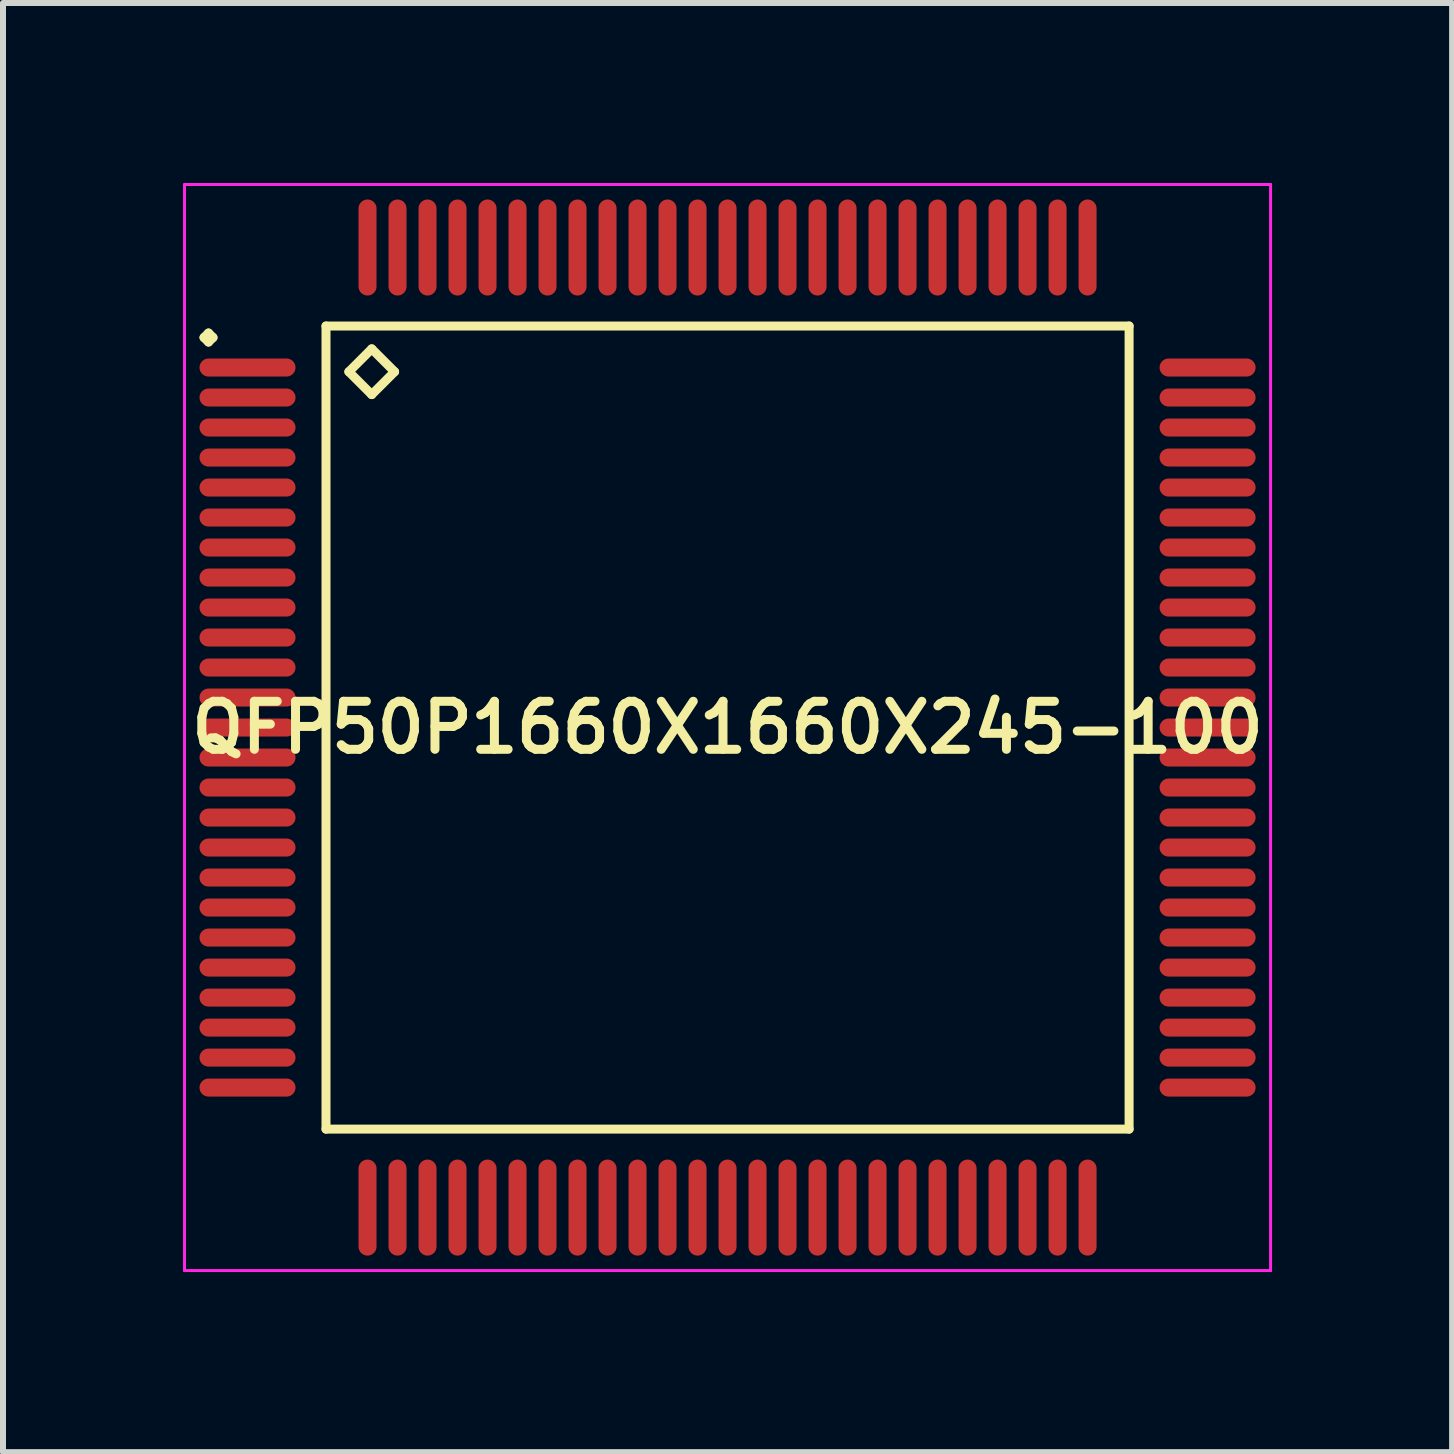
<source format=kicad_pcb>
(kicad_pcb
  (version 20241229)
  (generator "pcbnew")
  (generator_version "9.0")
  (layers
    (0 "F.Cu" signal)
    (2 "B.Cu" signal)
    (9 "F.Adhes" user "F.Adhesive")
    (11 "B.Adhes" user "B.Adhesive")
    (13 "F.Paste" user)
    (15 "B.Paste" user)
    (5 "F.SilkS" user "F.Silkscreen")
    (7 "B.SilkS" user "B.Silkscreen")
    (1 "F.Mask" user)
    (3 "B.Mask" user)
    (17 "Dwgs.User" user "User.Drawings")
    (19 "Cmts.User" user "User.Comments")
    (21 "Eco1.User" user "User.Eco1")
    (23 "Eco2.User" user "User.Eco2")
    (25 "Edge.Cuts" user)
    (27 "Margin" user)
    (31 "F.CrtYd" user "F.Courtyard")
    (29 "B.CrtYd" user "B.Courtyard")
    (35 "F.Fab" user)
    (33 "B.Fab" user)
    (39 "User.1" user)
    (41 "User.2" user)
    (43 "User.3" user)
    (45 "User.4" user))
  (footprint "QFP50P1660X1660X245-100"
    (layer "F.Cu")
    (at 9.075 9.075)
    (property "Reference" "QFP50P1660X1660X245-100" (at 0 0 0) (layer "F.SilkS") (effects (font (size 0.8 0.8) (thickness 0.15))))
    (attr smd)
    (fp_line (start -8.725 -6.5) (end -8.65 -6.575) (stroke (width 0.15) (type solid)) (layer "F.SilkS"))
    (fp_line (start -8.65 -6.575) (end -8.575 -6.5) (stroke (width 0.15) (type solid)) (layer "F.SilkS"))
    (fp_line (start -8.65 -6.425) (end -8.725 -6.5) (stroke (width 0.15) (type solid)) (layer "F.SilkS"))
    (fp_line (start -8.575 -6.5) (end -8.65 -6.425) (stroke (width 0.15) (type solid)) (layer "F.SilkS"))
    (fp_line (start -6.692 -6.692) (end -6.692 6.692) (stroke (width 0.15) (type solid)) (layer "F.SilkS"))
    (fp_line (start -6.692 6.692) (end 6.692 6.692) (stroke (width 0.15) (type solid)) (layer "F.SilkS"))
    (fp_line (start -6.311 -5.93) (end -5.93 -6.311) (stroke (width 0.15) (type solid)) (layer "F.SilkS"))
    (fp_line (start -5.93 -6.311) (end -5.549 -5.93) (stroke (width 0.15) (type solid)) (layer "F.SilkS"))
    (fp_line (start -5.93 -5.549) (end -6.311 -5.93) (stroke (width 0.15) (type solid)) (layer "F.SilkS"))
    (fp_line (start -5.549 -5.93) (end -5.93 -5.549) (stroke (width 0.15) (type solid)) (layer "F.SilkS"))
    (fp_line (start 6.692 -6.692) (end -6.692 -6.692) (stroke (width 0.15) (type solid)) (layer "F.SilkS"))
    (fp_line (start 6.692 6.692) (end 6.692 -6.692) (stroke (width 0.15) (type solid)) (layer "F.SilkS"))
    (fp_line (start -9.05 -9.05) (end 9.05 -9.05) (stroke (width 0.05) (type solid)) (layer "F.CrtYd"))
    (fp_line (start -9.05 9.05) (end -9.05 -9.05) (stroke (width 0.05) (type solid)) (layer "F.CrtYd"))
    (fp_line (start 9.05 -9.05) (end 9.05 9.05) (stroke (width 0.05) (type solid)) (layer "F.CrtYd"))
    (fp_line (start 9.05 9.05) (end -9.05 9.05) (stroke (width 0.05) (type solid)) (layer "F.CrtYd"))
    (pad "1" smd oval (at -8 -6) (size 1.6 0.3) (layers "F.Cu" "F.Mask" "F.Paste"))
    (pad "2" smd oval (at -8 -5.5) (size 1.6 0.3) (layers "F.Cu" "F.Mask" "F.Paste"))
    (pad "3" smd oval (at -8 -5) (size 1.6 0.3) (layers "F.Cu" "F.Mask" "F.Paste"))
    (pad "4" smd oval (at -8 -4.5) (size 1.6 0.3) (layers "F.Cu" "F.Mask" "F.Paste"))
    (pad "5" smd oval (at -8 -4) (size 1.6 0.3) (layers "F.Cu" "F.Mask" "F.Paste"))
    (pad "6" smd oval (at -8 -3.5) (size 1.6 0.3) (layers "F.Cu" "F.Mask" "F.Paste"))
    (pad "7" smd oval (at -8 -3) (size 1.6 0.3) (layers "F.Cu" "F.Mask" "F.Paste"))
    (pad "8" smd oval (at -8 -2.5) (size 1.6 0.3) (layers "F.Cu" "F.Mask" "F.Paste"))
    (pad "9" smd oval (at -8 -2) (size 1.6 0.3) (layers "F.Cu" "F.Mask" "F.Paste"))
    (pad "10" smd oval (at -8 -1.5) (size 1.6 0.3) (layers "F.Cu" "F.Mask" "F.Paste"))
    (pad "11" smd oval (at -8 -1) (size 1.6 0.3) (layers "F.Cu" "F.Mask" "F.Paste"))
    (pad "12" smd oval (at -8 -0.5) (size 1.6 0.3) (layers "F.Cu" "F.Mask" "F.Paste"))
    (pad "13" smd oval (at -8 0) (size 1.6 0.3) (layers "F.Cu" "F.Mask" "F.Paste"))
    (pad "14" smd oval (at -8 0.5) (size 1.6 0.3) (layers "F.Cu" "F.Mask" "F.Paste"))
    (pad "15" smd oval (at -8 1) (size 1.6 0.3) (layers "F.Cu" "F.Mask" "F.Paste"))
    (pad "16" smd oval (at -8 1.5) (size 1.6 0.3) (layers "F.Cu" "F.Mask" "F.Paste"))
    (pad "17" smd oval (at -8 2) (size 1.6 0.3) (layers "F.Cu" "F.Mask" "F.Paste"))
    (pad "18" smd oval (at -8 2.5) (size 1.6 0.3) (layers "F.Cu" "F.Mask" "F.Paste"))
    (pad "19" smd oval (at -8 3) (size 1.6 0.3) (layers "F.Cu" "F.Mask" "F.Paste"))
    (pad "20" smd oval (at -8 3.5) (size 1.6 0.3) (layers "F.Cu" "F.Mask" "F.Paste"))
    (pad "21" smd oval (at -8 4) (size 1.6 0.3) (layers "F.Cu" "F.Mask" "F.Paste"))
    (pad "22" smd oval (at -8 4.5) (size 1.6 0.3) (layers "F.Cu" "F.Mask" "F.Paste"))
    (pad "23" smd oval (at -8 5) (size 1.6 0.3) (layers "F.Cu" "F.Mask" "F.Paste"))
    (pad "24" smd oval (at -8 5.5) (size 1.6 0.3) (layers "F.Cu" "F.Mask" "F.Paste"))
    (pad "25" smd oval (at -8 6) (size 1.6 0.3) (layers "F.Cu" "F.Mask" "F.Paste"))
    (pad "26" smd oval (at -6 8) (size 0.3 1.6) (layers "F.Cu" "F.Mask" "F.Paste"))
    (pad "27" smd oval (at -5.5 8) (size 0.3 1.6) (layers "F.Cu" "F.Mask" "F.Paste"))
    (pad "28" smd oval (at -5 8) (size 0.3 1.6) (layers "F.Cu" "F.Mask" "F.Paste"))
    (pad "29" smd oval (at -4.5 8) (size 0.3 1.6) (layers "F.Cu" "F.Mask" "F.Paste"))
    (pad "30" smd oval (at -4 8) (size 0.3 1.6) (layers "F.Cu" "F.Mask" "F.Paste"))
    (pad "31" smd oval (at -3.5 8) (size 0.3 1.6) (layers "F.Cu" "F.Mask" "F.Paste"))
    (pad "32" smd oval (at -3 8) (size 0.3 1.6) (layers "F.Cu" "F.Mask" "F.Paste"))
    (pad "33" smd oval (at -2.5 8) (size 0.3 1.6) (layers "F.Cu" "F.Mask" "F.Paste"))
    (pad "34" smd oval (at -2 8) (size 0.3 1.6) (layers "F.Cu" "F.Mask" "F.Paste"))
    (pad "35" smd oval (at -1.5 8) (size 0.3 1.6) (layers "F.Cu" "F.Mask" "F.Paste"))
    (pad "36" smd oval (at -1 8) (size 0.3 1.6) (layers "F.Cu" "F.Mask" "F.Paste"))
    (pad "37" smd oval (at -0.5 8) (size 0.3 1.6) (layers "F.Cu" "F.Mask" "F.Paste"))
    (pad "38" smd oval (at 0 8) (size 0.3 1.6) (layers "F.Cu" "F.Mask" "F.Paste"))
    (pad "39" smd oval (at 0.5 8) (size 0.3 1.6) (layers "F.Cu" "F.Mask" "F.Paste"))
    (pad "40" smd oval (at 1 8) (size 0.3 1.6) (layers "F.Cu" "F.Mask" "F.Paste"))
    (pad "41" smd oval (at 1.5 8) (size 0.3 1.6) (layers "F.Cu" "F.Mask" "F.Paste"))
    (pad "42" smd oval (at 2 8) (size 0.3 1.6) (layers "F.Cu" "F.Mask" "F.Paste"))
    (pad "43" smd oval (at 2.5 8) (size 0.3 1.6) (layers "F.Cu" "F.Mask" "F.Paste"))
    (pad "44" smd oval (at 3 8) (size 0.3 1.6) (layers "F.Cu" "F.Mask" "F.Paste"))
    (pad "45" smd oval (at 3.5 8) (size 0.3 1.6) (layers "F.Cu" "F.Mask" "F.Paste"))
    (pad "46" smd oval (at 4 8) (size 0.3 1.6) (layers "F.Cu" "F.Mask" "F.Paste"))
    (pad "47" smd oval (at 4.5 8) (size 0.3 1.6) (layers "F.Cu" "F.Mask" "F.Paste"))
    (pad "48" smd oval (at 5 8) (size 0.3 1.6) (layers "F.Cu" "F.Mask" "F.Paste"))
    (pad "49" smd oval (at 5.5 8) (size 0.3 1.6) (layers "F.Cu" "F.Mask" "F.Paste"))
    (pad "50" smd oval (at 6 8) (size 0.3 1.6) (layers "F.Cu" "F.Mask" "F.Paste"))
    (pad "51" smd oval (at 8 6) (size 1.6 0.3) (layers "F.Cu" "F.Mask" "F.Paste"))
    (pad "52" smd oval (at 8 5.5) (size 1.6 0.3) (layers "F.Cu" "F.Mask" "F.Paste"))
    (pad "53" smd oval (at 8 5) (size 1.6 0.3) (layers "F.Cu" "F.Mask" "F.Paste"))
    (pad "54" smd oval (at 8 4.5) (size 1.6 0.3) (layers "F.Cu" "F.Mask" "F.Paste"))
    (pad "55" smd oval (at 8 4) (size 1.6 0.3) (layers "F.Cu" "F.Mask" "F.Paste"))
    (pad "56" smd oval (at 8 3.5) (size 1.6 0.3) (layers "F.Cu" "F.Mask" "F.Paste"))
    (pad "57" smd oval (at 8 3) (size 1.6 0.3) (layers "F.Cu" "F.Mask" "F.Paste"))
    (pad "58" smd oval (at 8 2.5) (size 1.6 0.3) (layers "F.Cu" "F.Mask" "F.Paste"))
    (pad "59" smd oval (at 8 2) (size 1.6 0.3) (layers "F.Cu" "F.Mask" "F.Paste"))
    (pad "60" smd oval (at 8 1.5) (size 1.6 0.3) (layers "F.Cu" "F.Mask" "F.Paste"))
    (pad "61" smd oval (at 8 1) (size 1.6 0.3) (layers "F.Cu" "F.Mask" "F.Paste"))
    (pad "62" smd oval (at 8 0.5) (size 1.6 0.3) (layers "F.Cu" "F.Mask" "F.Paste"))
    (pad "63" smd oval (at 8 0) (size 1.6 0.3) (layers "F.Cu" "F.Mask" "F.Paste"))
    (pad "64" smd oval (at 8 -0.5) (size 1.6 0.3) (layers "F.Cu" "F.Mask" "F.Paste"))
    (pad "65" smd oval (at 8 -1) (size 1.6 0.3) (layers "F.Cu" "F.Mask" "F.Paste"))
    (pad "66" smd oval (at 8 -1.5) (size 1.6 0.3) (layers "F.Cu" "F.Mask" "F.Paste"))
    (pad "67" smd oval (at 8 -2) (size 1.6 0.3) (layers "F.Cu" "F.Mask" "F.Paste"))
    (pad "68" smd oval (at 8 -2.5) (size 1.6 0.3) (layers "F.Cu" "F.Mask" "F.Paste"))
    (pad "69" smd oval (at 8 -3) (size 1.6 0.3) (layers "F.Cu" "F.Mask" "F.Paste"))
    (pad "70" smd oval (at 8 -3.5) (size 1.6 0.3) (layers "F.Cu" "F.Mask" "F.Paste"))
    (pad "71" smd oval (at 8 -4) (size 1.6 0.3) (layers "F.Cu" "F.Mask" "F.Paste"))
    (pad "72" smd oval (at 8 -4.5) (size 1.6 0.3) (layers "F.Cu" "F.Mask" "F.Paste"))
    (pad "73" smd oval (at 8 -5) (size 1.6 0.3) (layers "F.Cu" "F.Mask" "F.Paste"))
    (pad "74" smd oval (at 8 -5.5) (size 1.6 0.3) (layers "F.Cu" "F.Mask" "F.Paste"))
    (pad "75" smd oval (at 8 -6) (size 1.6 0.3) (layers "F.Cu" "F.Mask" "F.Paste"))
    (pad "76" smd oval (at 6 -8) (size 0.3 1.6) (layers "F.Cu" "F.Mask" "F.Paste"))
    (pad "77" smd oval (at 5.5 -8) (size 0.3 1.6) (layers "F.Cu" "F.Mask" "F.Paste"))
    (pad "78" smd oval (at 5 -8) (size 0.3 1.6) (layers "F.Cu" "F.Mask" "F.Paste"))
    (pad "79" smd oval (at 4.5 -8) (size 0.3 1.6) (layers "F.Cu" "F.Mask" "F.Paste"))
    (pad "80" smd oval (at 4 -8) (size 0.3 1.6) (layers "F.Cu" "F.Mask" "F.Paste"))
    (pad "81" smd oval (at 3.5 -8) (size 0.3 1.6) (layers "F.Cu" "F.Mask" "F.Paste"))
    (pad "82" smd oval (at 3 -8) (size 0.3 1.6) (layers "F.Cu" "F.Mask" "F.Paste"))
    (pad "83" smd oval (at 2.5 -8) (size 0.3 1.6) (layers "F.Cu" "F.Mask" "F.Paste"))
    (pad "84" smd oval (at 2 -8) (size 0.3 1.6) (layers "F.Cu" "F.Mask" "F.Paste"))
    (pad "85" smd oval (at 1.5 -8) (size 0.3 1.6) (layers "F.Cu" "F.Mask" "F.Paste"))
    (pad "86" smd oval (at 1 -8) (size 0.3 1.6) (layers "F.Cu" "F.Mask" "F.Paste"))
    (pad "87" smd oval (at 0.5 -8) (size 0.3 1.6) (layers "F.Cu" "F.Mask" "F.Paste"))
    (pad "88" smd oval (at 0 -8) (size 0.3 1.6) (layers "F.Cu" "F.Mask" "F.Paste"))
    (pad "89" smd oval (at -0.5 -8) (size 0.3 1.6) (layers "F.Cu" "F.Mask" "F.Paste"))
    (pad "90" smd oval (at -1 -8) (size 0.3 1.6) (layers "F.Cu" "F.Mask" "F.Paste"))
    (pad "91" smd oval (at -1.5 -8) (size 0.3 1.6) (layers "F.Cu" "F.Mask" "F.Paste"))
    (pad "92" smd oval (at -2 -8) (size 0.3 1.6) (layers "F.Cu" "F.Mask" "F.Paste"))
    (pad "93" smd oval (at -2.5 -8) (size 0.3 1.6) (layers "F.Cu" "F.Mask" "F.Paste"))
    (pad "94" smd oval (at -3 -8) (size 0.3 1.6) (layers "F.Cu" "F.Mask" "F.Paste"))
    (pad "95" smd oval (at -3.5 -8) (size 0.3 1.6) (layers "F.Cu" "F.Mask" "F.Paste"))
    (pad "96" smd oval (at -4 -8) (size 0.3 1.6) (layers "F.Cu" "F.Mask" "F.Paste"))
    (pad "97" smd oval (at -4.5 -8) (size 0.3 1.6) (layers "F.Cu" "F.Mask" "F.Paste"))
    (pad "98" smd oval (at -5 -8) (size 0.3 1.6) (layers "F.Cu" "F.Mask" "F.Paste"))
    (pad "99" smd oval (at -5.5 -8) (size 0.3 1.6) (layers "F.Cu" "F.Mask" "F.Paste"))
    (pad "100" smd oval (at -6 -8) (size 0.3 1.6) (layers "F.Cu" "F.Mask" "F.Paste")))
  (gr_rect
    (start -3 -3)
    (end 21.15 21.15)
    (stroke (width 0.1) (type default))
    (fill no)
    (layer "Edge.Cuts")))
</source>
